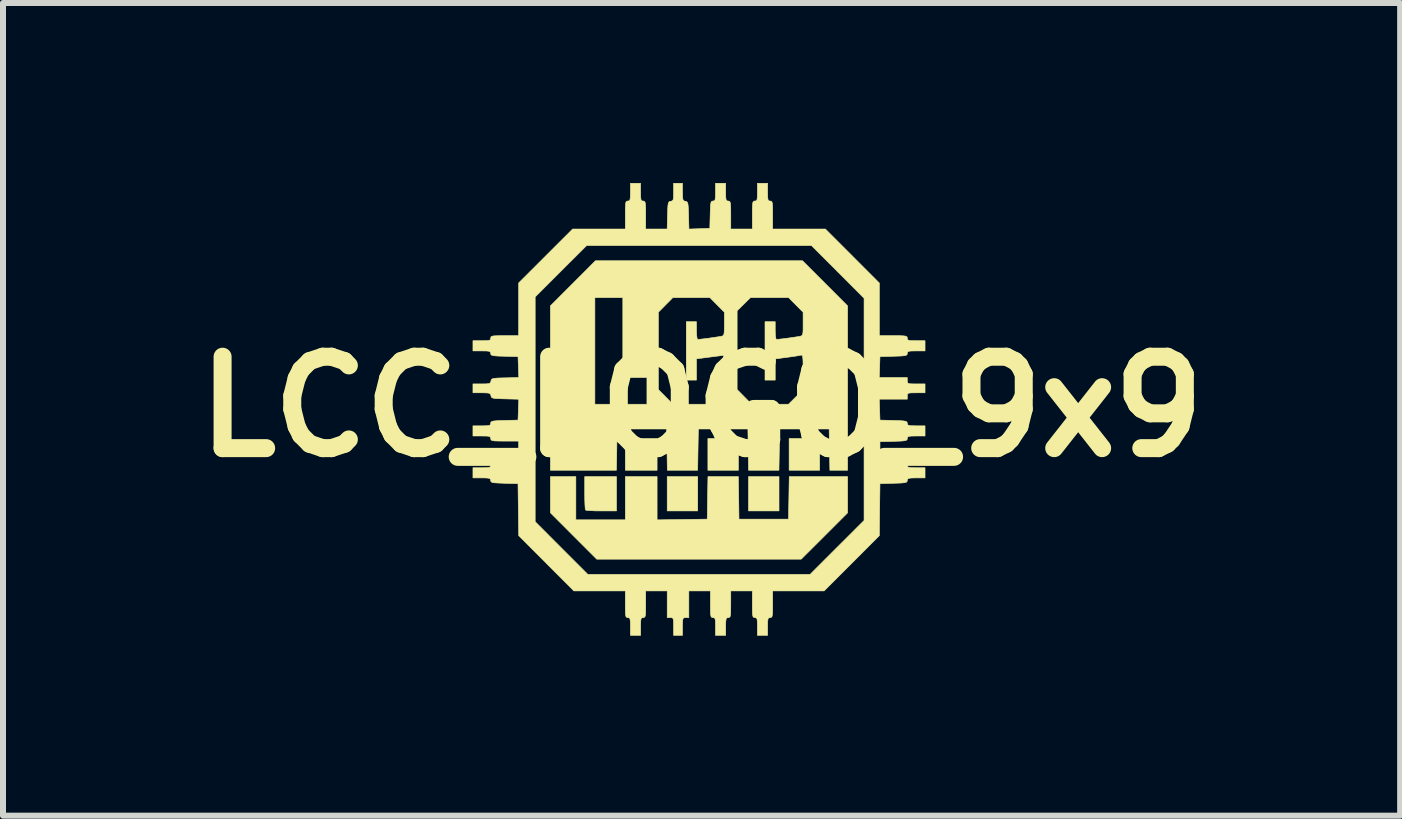
<source format=kicad_pcb>
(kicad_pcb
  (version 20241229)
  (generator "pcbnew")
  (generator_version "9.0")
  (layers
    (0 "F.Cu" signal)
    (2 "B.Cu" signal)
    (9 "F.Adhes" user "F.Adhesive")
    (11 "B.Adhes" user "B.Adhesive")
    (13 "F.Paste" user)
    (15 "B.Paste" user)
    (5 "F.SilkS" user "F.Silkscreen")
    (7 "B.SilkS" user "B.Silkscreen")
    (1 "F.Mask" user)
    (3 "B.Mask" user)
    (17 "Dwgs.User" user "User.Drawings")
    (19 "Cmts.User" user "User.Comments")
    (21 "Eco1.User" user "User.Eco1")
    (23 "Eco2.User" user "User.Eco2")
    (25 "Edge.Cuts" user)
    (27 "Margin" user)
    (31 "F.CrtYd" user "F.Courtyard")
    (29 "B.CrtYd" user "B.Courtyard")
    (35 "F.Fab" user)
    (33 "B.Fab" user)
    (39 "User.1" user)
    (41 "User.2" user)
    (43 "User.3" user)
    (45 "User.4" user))
  (footprint "LCC_LOGO_9x9"
    (layer "F.Cu")
    (at 8.643 3.73)
    (property "Reference" "LCC_LOGO_9x9" (at 0 0 0) (layer "F.SilkS") (effects (font (size 1.524 1.524) (thickness 0.3))))
    (attr through_hole)
    (fp_poly (pts (xy -0.741 1.058) (xy -1.27 1.058) (xy -1.27 0.529) (xy -0.741 0.529) (xy -0.741 1.058)) (stroke (width 0.01) (type solid)) (fill yes) (layer "F.SilkS"))
    (fp_poly (pts (xy -0.064 1.736) (xy -0.572 1.736) (xy -0.572 1.164) (xy -0.064 1.164) (xy -0.064 1.736)) (stroke (width 0.01) (type solid)) (fill yes) (layer "F.SilkS"))
    (fp_poly (pts (xy 0.614 1.058) (xy 0.106 1.058) (xy 0.106 0.529) (xy 0.614 0.529) (xy 0.614 1.058)) (stroke (width 0.01) (type solid)) (fill yes) (layer "F.SilkS"))
    (fp_poly (pts (xy 1.291 1.736) (xy 0.783 1.736) (xy 0.783 1.164) (xy 1.291 1.164) (xy 1.291 1.736)) (stroke (width 0.01) (type solid)) (fill yes) (layer "F.SilkS"))
    (fp_poly (pts (xy 1.968 1.058) (xy 1.46 1.058) (xy 1.46 0.529) (xy 1.968 0.529) (xy 1.968 1.058)) (stroke (width 0.01) (type solid)) (fill yes) (layer "F.SilkS"))
    (fp_poly (pts (xy -1.418 1.736) (xy -1.669 1.736) (xy -1.768 1.735) (xy -1.851 1.731) (xy -1.909 1.727) (xy -1.933 1.722) (xy -1.939 1.696) (xy -1.943 1.637) (xy -1.946 1.552) (xy -1.947 1.451) (xy -1.947 1.436) (xy -1.947 1.164) (xy -1.418 1.164) (xy -1.418 1.736)) (stroke (width 0.01) (type solid)) (fill yes) (layer "F.SilkS"))
    (fp_poly (pts (xy -2.095 1.884) (xy -1.27 1.884) (xy -1.27 1.164) (xy -0.741 1.164) (xy -0.741 1.885) (xy 0.095 1.873) (xy 0.107 1.164) (xy 0.613 1.164) (xy 0.619 1.519) (xy 0.624 1.873) (xy 1.45 1.873) (xy 1.456 1.519) (xy 1.462 1.164) (xy 2.434 1.164) (xy 2.434 1.768) (xy 2.048 2.154) (xy 1.661 2.54) (xy -1.747 2.54) (xy -2.519 1.767) (xy -2.519 1.164) (xy -2.095 1.164) (xy -2.095 1.884)) (stroke (width 0.01) (type solid)) (fill yes) (layer "F.SilkS"))
    (fp_poly (pts (xy 2.059 -2.058) (xy 2.434 -1.682) (xy 2.434 1.058) (xy 2.139 1.058) (xy 2.133 0.714) (xy 2.127 0.37) (xy 1.302 0.37) (xy 1.296 0.714) (xy 1.29 1.058) (xy 0.784 1.058) (xy 0.778 0.714) (xy 0.773 0.37) (xy -0.053 0.37) (xy -0.059 0.714) (xy -0.065 1.058) (xy -0.57 1.058) (xy -0.576 0.714) (xy -0.582 0.37) (xy -1.408 0.37) (xy -1.413 0.714) (xy -1.419 1.058) (xy -2.519 1.058) (xy -2.519 -1.682) (xy -2.381 -1.82) (xy -1.778 -1.82) (xy -1.778 -0.042) (xy -0.91 -0.042) (xy -0.91 -0.487) (xy -1.312 -0.487) (xy -1.312 -1.576) (xy -0.72 -1.576) (xy -0.72 -0.287) (xy -0.599 -0.165) (xy -0.478 -0.042) (xy 0.16 -0.042) (xy 0.271 -0.155) (xy 0.382 -0.267) (xy 0.376 -0.563) (xy 0.37 -0.858) (xy 0.143 -0.829) (xy -0.085 -0.799) (xy -0.085 -0.445) (xy -0.254 -0.445) (xy -0.254 -1.418) (xy -0.085 -1.418) (xy -0.085 -1.27) (xy -0.082 -1.197) (xy -0.075 -1.144) (xy -0.066 -1.122) (xy -0.065 -1.122) (xy -0.031 -1.125) (xy 0.032 -1.132) (xy 0.112 -1.142) (xy 0.195 -1.154) (xy 0.27 -1.165) (xy 0.322 -1.173) (xy 0.333 -1.176) (xy 0.356 -1.183) (xy 0.37 -1.199) (xy 0.377 -1.233) (xy 0.38 -1.291) (xy 0.381 -1.381) (xy 0.381 -1.576) (xy 0.357 -1.6) (xy 0.593 -1.6) (xy 0.593 -0.287) (xy 0.835 -0.042) (xy 1.449 -0.042) (xy 1.571 -0.163) (xy 1.693 -0.284) (xy 1.693 -0.578) (xy 1.693 -0.694) (xy 1.691 -0.775) (xy 1.687 -0.825) (xy 1.68 -0.852) (xy 1.67 -0.862) (xy 1.656 -0.86) (xy 1.62 -0.853) (xy 1.553 -0.842) (xy 1.467 -0.83) (xy 1.423 -0.824) (xy 1.228 -0.798) (xy 1.228 -0.445) (xy 1.058 -0.445) (xy 1.058 -1.418) (xy 1.228 -1.418) (xy 1.228 -1.27) (xy 1.23 -1.197) (xy 1.237 -1.144) (xy 1.247 -1.122) (xy 1.247 -1.122) (xy 1.281 -1.125) (xy 1.345 -1.132) (xy 1.424 -1.142) (xy 1.508 -1.154) (xy 1.582 -1.165) (xy 1.635 -1.173) (xy 1.646 -1.176) (xy 1.668 -1.183) (xy 1.682 -1.199) (xy 1.69 -1.233) (xy 1.693 -1.291) (xy 1.693 -1.381) (xy 1.693 -1.576) (xy 1.451 -1.82) (xy 0.816 -1.82) (xy 0.704 -1.71) (xy 0.593 -1.6) (xy 0.357 -1.6) (xy 0.139 -1.82) (xy -0.478 -1.82) (xy -0.599 -1.698) (xy -0.72 -1.576) (xy -1.312 -1.576) (xy -1.312 -1.82) (xy -1.778 -1.82) (xy -2.381 -1.82) (xy -1.768 -2.434) (xy 1.683 -2.434) (xy 2.059 -2.058)) (stroke (width 0.01) (type solid)) (fill yes) (layer "F.SilkS"))
    (fp_poly (pts (xy -1.016 -3.577) (xy -1.015 -3.499) (xy -1.01 -3.455) (xy -0.998 -3.434) (xy -0.977 -3.429) (xy -0.974 -3.429) (xy -0.955 -3.426) (xy -0.943 -3.413) (xy -0.936 -3.383) (xy -0.932 -3.328) (xy -0.931 -3.24) (xy -0.931 -3.196) (xy -0.931 -2.963) (xy -0.573 -2.963) (xy -0.567 -3.191) (xy -0.564 -3.291) (xy -0.56 -3.357) (xy -0.553 -3.396) (xy -0.541 -3.416) (xy -0.523 -3.423) (xy -0.513 -3.425) (xy -0.488 -3.432) (xy -0.474 -3.45) (xy -0.467 -3.49) (xy -0.466 -3.559) (xy -0.466 -3.579) (xy -0.466 -3.725) (xy -0.318 -3.725) (xy -0.318 -3.579) (xy -0.316 -3.501) (xy -0.311 -3.456) (xy -0.299 -3.435) (xy -0.276 -3.426) (xy -0.27 -3.425) (xy -0.249 -3.42) (xy -0.235 -3.406) (xy -0.226 -3.377) (xy -0.221 -3.323) (xy -0.218 -3.239) (xy -0.216 -3.19) (xy -0.21 -2.962) (xy -0.036 -2.968) (xy 0.138 -2.974) (xy 0.144 -3.201) (xy 0.147 -3.302) (xy 0.151 -3.368) (xy 0.158 -3.406) (xy 0.169 -3.424) (xy 0.186 -3.429) (xy 0.191 -3.429) (xy 0.213 -3.433) (xy 0.226 -3.452) (xy 0.231 -3.494) (xy 0.233 -3.568) (xy 0.233 -3.577) (xy 0.233 -3.725) (xy 0.402 -3.725) (xy 0.402 -3.577) (xy 0.403 -3.499) (xy 0.408 -3.455) (xy 0.42 -3.434) (xy 0.441 -3.429) (xy 0.445 -3.429) (xy 0.463 -3.426) (xy 0.475 -3.413) (xy 0.482 -3.383) (xy 0.486 -3.328) (xy 0.487 -3.24) (xy 0.487 -3.196) (xy 0.487 -2.963) (xy 0.847 -2.963) (xy 0.847 -3.196) (xy 0.847 -3.298) (xy 0.85 -3.365) (xy 0.855 -3.404) (xy 0.865 -3.423) (xy 0.881 -3.429) (xy 0.889 -3.429) (xy 0.911 -3.433) (xy 0.924 -3.451) (xy 0.93 -3.492) (xy 0.931 -3.565) (xy 0.931 -3.577) (xy 0.931 -3.725) (xy 1.101 -3.725) (xy 1.101 -3.577) (xy 1.102 -3.499) (xy 1.107 -3.455) (xy 1.119 -3.434) (xy 1.14 -3.429) (xy 1.143 -3.429) (xy 1.162 -3.426) (xy 1.174 -3.413) (xy 1.181 -3.383) (xy 1.184 -3.328) (xy 1.185 -3.24) (xy 1.185 -3.196) (xy 1.185 -2.963) (xy 2.064 -2.963) (xy 2.963 -2.063) (xy 2.963 -1.185) (xy 3.196 -1.185) (xy 3.298 -1.185) (xy 3.365 -1.182) (xy 3.404 -1.177) (xy 3.423 -1.167) (xy 3.429 -1.151) (xy 3.429 -1.143) (xy 3.433 -1.121) (xy 3.451 -1.108) (xy 3.492 -1.102) (xy 3.565 -1.101) (xy 3.577 -1.101) (xy 3.725 -1.101) (xy 3.725 -0.931) (xy 3.577 -0.931) (xy 3.499 -0.93) (xy 3.455 -0.925) (xy 3.434 -0.913) (xy 3.429 -0.892) (xy 3.429 -0.89) (xy 3.426 -0.871) (xy 3.412 -0.859) (xy 3.379 -0.851) (xy 3.32 -0.846) (xy 3.228 -0.843) (xy 3.201 -0.842) (xy 2.974 -0.836) (xy 2.968 -0.661) (xy 2.962 -0.487) (xy 3.429 -0.487) (xy 3.429 -0.434) (xy 3.431 -0.406) (xy 3.444 -0.39) (xy 3.476 -0.383) (xy 3.538 -0.381) (xy 3.577 -0.381) (xy 3.725 -0.381) (xy 3.725 -0.233) (xy 3.577 -0.233) (xy 3.5 -0.232) (xy 3.455 -0.228) (xy 3.435 -0.216) (xy 3.429 -0.194) (xy 3.429 -0.18) (xy 3.429 -0.127) (xy 2.962 -0.127) (xy 2.968 0.048) (xy 2.974 0.222) (xy 3.201 0.228) (xy 3.302 0.231) (xy 3.368 0.236) (xy 3.406 0.243) (xy 3.424 0.254) (xy 3.429 0.271) (xy 3.429 0.276) (xy 3.433 0.298) (xy 3.452 0.31) (xy 3.494 0.316) (xy 3.568 0.317) (xy 3.577 0.318) (xy 3.725 0.318) (xy 3.725 0.487) (xy 3.577 0.487) (xy 3.499 0.488) (xy 3.455 0.493) (xy 3.434 0.505) (xy 3.429 0.526) (xy 3.429 0.528) (xy 3.426 0.547) (xy 3.412 0.559) (xy 3.379 0.567) (xy 3.32 0.572) (xy 3.228 0.575) (xy 3.201 0.576) (xy 2.974 0.582) (xy 2.974 0.921) (xy 3.201 0.927) (xy 3.302 0.93) (xy 3.368 0.934) (xy 3.406 0.941) (xy 3.424 0.953) (xy 3.429 0.97) (xy 3.429 0.974) (xy 3.433 0.996) (xy 3.452 1.009) (xy 3.494 1.015) (xy 3.568 1.016) (xy 3.577 1.016) (xy 3.725 1.016) (xy 3.725 1.185) (xy 3.577 1.185) (xy 3.499 1.187) (xy 3.455 1.192) (xy 3.434 1.204) (xy 3.429 1.224) (xy 3.429 1.227) (xy 3.426 1.245) (xy 3.412 1.258) (xy 3.379 1.266) (xy 3.32 1.271) (xy 3.228 1.274) (xy 3.201 1.275) (xy 2.974 1.281) (xy 2.968 1.714) (xy 2.963 2.148) (xy 2.503 2.609) (xy 2.043 3.069) (xy 1.185 3.069) (xy 1.185 3.291) (xy 1.185 3.391) (xy 1.182 3.455) (xy 1.176 3.492) (xy 1.165 3.509) (xy 1.148 3.514) (xy 1.143 3.514) (xy 1.121 3.518) (xy 1.108 3.536) (xy 1.102 3.577) (xy 1.101 3.65) (xy 1.101 3.662) (xy 1.101 3.81) (xy 0.931 3.81) (xy 0.931 3.662) (xy 0.93 3.584) (xy 0.925 3.539) (xy 0.913 3.519) (xy 0.892 3.514) (xy 0.889 3.514) (xy 0.87 3.511) (xy 0.858 3.498) (xy 0.851 3.466) (xy 0.848 3.409) (xy 0.847 3.319) (xy 0.847 3.291) (xy 0.847 3.069) (xy 0.487 3.069) (xy 0.487 3.291) (xy 0.486 3.391) (xy 0.484 3.455) (xy 0.478 3.492) (xy 0.467 3.509) (xy 0.45 3.514) (xy 0.445 3.514) (xy 0.422 3.518) (xy 0.41 3.536) (xy 0.404 3.577) (xy 0.402 3.65) (xy 0.402 3.662) (xy 0.402 3.81) (xy 0.233 3.81) (xy 0.233 3.662) (xy 0.232 3.584) (xy 0.227 3.539) (xy 0.215 3.519) (xy 0.194 3.514) (xy 0.191 3.514) (xy 0.172 3.511) (xy 0.159 3.498) (xy 0.152 3.466) (xy 0.149 3.409) (xy 0.148 3.319) (xy 0.148 3.291) (xy 0.148 3.069) (xy -0.212 3.069) (xy -0.212 3.514) (xy -0.265 3.514) (xy -0.292 3.516) (xy -0.308 3.529) (xy -0.315 3.561) (xy -0.317 3.622) (xy -0.318 3.662) (xy -0.318 3.81) (xy -0.466 3.81) (xy -0.466 3.662) (xy -0.466 3.584) (xy -0.471 3.54) (xy -0.483 3.52) (xy -0.504 3.514) (xy -0.519 3.514) (xy -0.572 3.514) (xy -0.572 3.069) (xy -0.931 3.069) (xy -0.931 3.291) (xy -0.932 3.391) (xy -0.934 3.455) (xy -0.94 3.492) (xy -0.951 3.509) (xy -0.968 3.514) (xy -0.974 3.514) (xy -0.996 3.518) (xy -1.009 3.536) (xy -1.014 3.577) (xy -1.016 3.65) (xy -1.016 3.662) (xy -1.016 3.81) (xy -1.185 3.81) (xy -1.185 3.662) (xy -1.186 3.584) (xy -1.192 3.539) (xy -1.203 3.519) (xy -1.224 3.514) (xy -1.228 3.514) (xy -1.247 3.511) (xy -1.259 3.498) (xy -1.266 3.466) (xy -1.269 3.409) (xy -1.27 3.319) (xy -1.27 3.291) (xy -1.27 3.069) (xy -2.128 3.069) (xy -2.587 2.609) (xy -3.047 2.148) (xy -3.053 1.714) (xy -3.059 1.281) (xy -3.286 1.275) (xy -3.387 1.271) (xy -3.453 1.267) (xy -3.491 1.26) (xy -3.509 1.249) (xy -3.514 1.232) (xy -3.514 1.227) (xy -3.518 1.205) (xy -3.536 1.193) (xy -3.578 1.187) (xy -3.653 1.185) (xy -3.662 1.185) (xy -3.81 1.185) (xy -3.81 1.016) (xy -3.662 1.016) (xy -3.584 1.015) (xy -3.539 1.01) (xy -3.519 0.998) (xy -3.514 0.977) (xy -3.514 0.974) (xy -3.511 0.955) (xy -3.498 0.943) (xy -3.468 0.936) (xy -3.412 0.932) (xy -3.325 0.931) (xy -3.281 0.931) (xy -3.048 0.931) (xy -3.048 0.572) (xy -3.281 0.572) (xy -3.383 0.571) (xy -3.45 0.569) (xy -3.489 0.563) (xy -3.508 0.553) (xy -3.513 0.537) (xy -3.514 0.529) (xy -3.518 0.507) (xy -3.536 0.494) (xy -3.577 0.488) (xy -3.65 0.487) (xy -3.662 0.487) (xy -3.81 0.487) (xy -3.81 0.318) (xy -3.662 0.318) (xy -3.584 0.316) (xy -3.539 0.311) (xy -3.519 0.299) (xy -3.514 0.278) (xy -3.514 0.276) (xy -3.511 0.257) (xy -3.496 0.245) (xy -3.463 0.237) (xy -3.404 0.232) (xy -3.312 0.229) (xy -3.286 0.228) (xy -3.059 0.222) (xy -3.052 0.048) (xy -3.046 -0.126) (xy -3.275 -0.132) (xy -3.375 -0.135) (xy -3.441 -0.139) (xy -3.481 -0.146) (xy -3.5 -0.157) (xy -3.508 -0.175) (xy -3.51 -0.185) (xy -3.517 -0.21) (xy -3.535 -0.225) (xy -3.574 -0.231) (xy -3.644 -0.233) (xy -3.663 -0.233) (xy -3.81 -0.233) (xy -3.81 -0.381) (xy -3.663 -0.381) (xy -3.586 -0.382) (xy -3.541 -0.387) (xy -3.519 -0.4) (xy -3.511 -0.422) (xy -3.51 -0.429) (xy -3.505 -0.45) (xy -3.491 -0.464) (xy -3.461 -0.472) (xy -3.408 -0.478) (xy -3.324 -0.481) (xy -3.275 -0.482) (xy -3.046 -0.488) (xy -3.052 -0.662) (xy -3.059 -0.836) (xy -3.286 -0.842) (xy -3.387 -0.845) (xy -3.453 -0.85) (xy -3.491 -0.857) (xy -3.509 -0.868) (xy -3.514 -0.885) (xy -3.514 -0.89) (xy -3.518 -0.912) (xy -3.536 -0.924) (xy -3.578 -0.93) (xy -3.653 -0.931) (xy -3.662 -0.931) (xy -3.81 -0.931) (xy -3.81 -1.101) (xy -3.662 -1.101) (xy -3.584 -1.102) (xy -3.539 -1.107) (xy -3.519 -1.119) (xy -3.514 -1.14) (xy -3.514 -1.143) (xy -3.511 -1.162) (xy -3.498 -1.174) (xy -3.468 -1.181) (xy -3.412 -1.184) (xy -3.325 -1.185) (xy -3.281 -1.185) (xy -3.048 -1.185) (xy -3.048 -1.831) (xy -2.773 -1.831) (xy -2.773 1.915) (xy -2.334 2.355) (xy -1.895 2.794) (xy 1.809 2.794) (xy 2.259 2.344) (xy 2.709 1.895) (xy 2.709 -1.809) (xy 2.27 -2.249) (xy 1.831 -2.688) (xy -1.915 -2.688) (xy -2.344 -2.26) (xy -2.773 -1.831) (xy -3.048 -1.831) (xy -3.048 -2.064) (xy -2.148 -2.963) (xy -1.27 -2.963) (xy -1.27 -3.196) (xy -1.27 -3.298) (xy -1.267 -3.365) (xy -1.262 -3.404) (xy -1.252 -3.423) (xy -1.236 -3.429) (xy -1.228 -3.429) (xy -1.205 -3.433) (xy -1.193 -3.451) (xy -1.187 -3.492) (xy -1.185 -3.565) (xy -1.185 -3.577) (xy -1.185 -3.725) (xy -1.016 -3.725) (xy -1.016 -3.577)) (stroke (width 0.01) (type solid)) (fill yes) (layer "F.SilkS")))
  (gr_rect
    (start -3 -3)
    (end 20.287 10.545)
    (stroke (width 0.1) (type default))
    (fill no)
    (layer "Edge.Cuts")))
</source>
